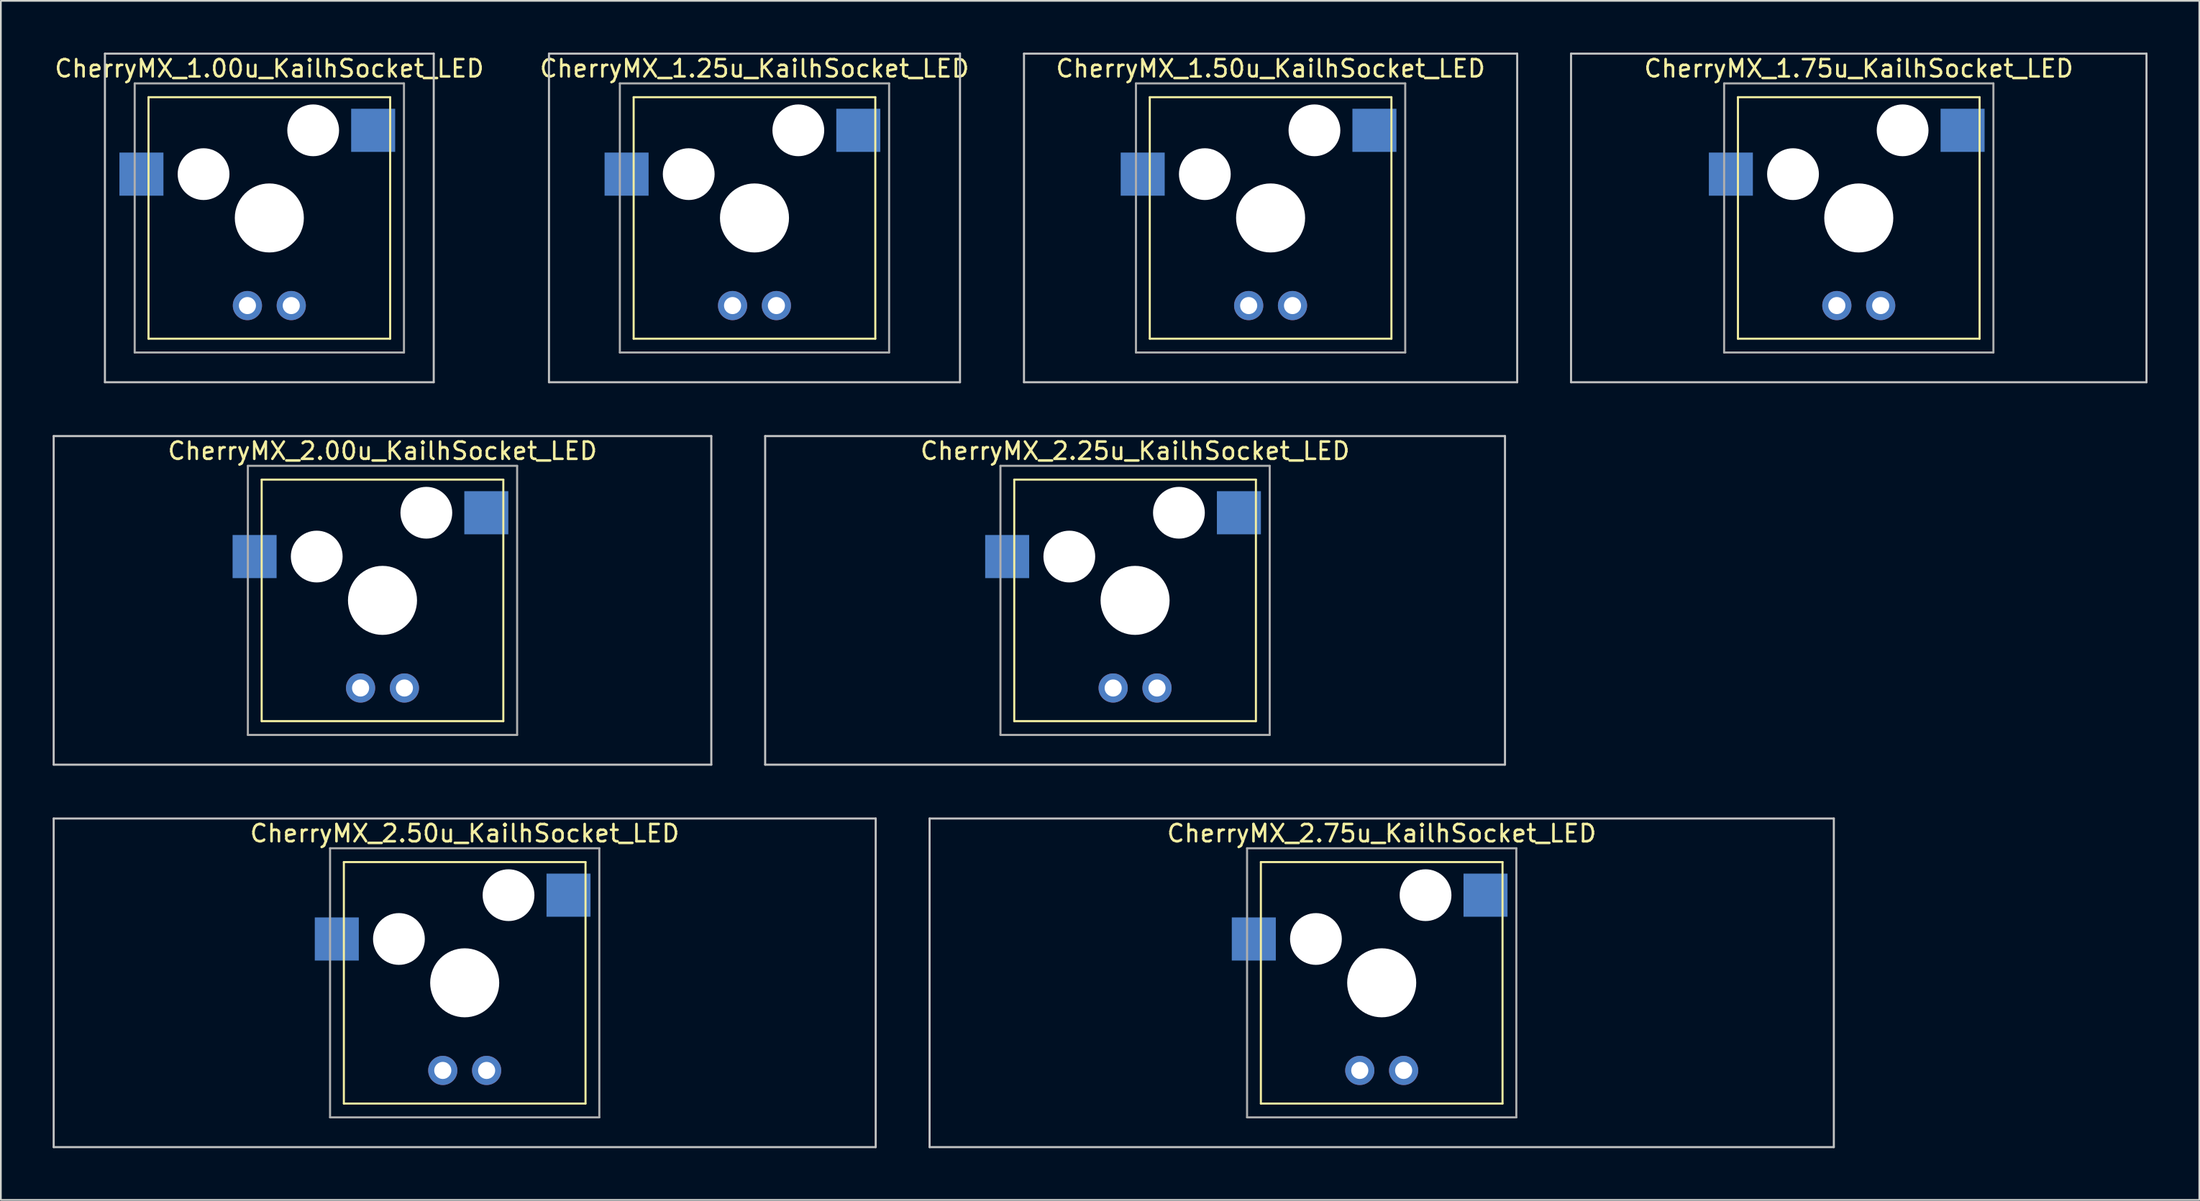
<source format=kicad_pcb>
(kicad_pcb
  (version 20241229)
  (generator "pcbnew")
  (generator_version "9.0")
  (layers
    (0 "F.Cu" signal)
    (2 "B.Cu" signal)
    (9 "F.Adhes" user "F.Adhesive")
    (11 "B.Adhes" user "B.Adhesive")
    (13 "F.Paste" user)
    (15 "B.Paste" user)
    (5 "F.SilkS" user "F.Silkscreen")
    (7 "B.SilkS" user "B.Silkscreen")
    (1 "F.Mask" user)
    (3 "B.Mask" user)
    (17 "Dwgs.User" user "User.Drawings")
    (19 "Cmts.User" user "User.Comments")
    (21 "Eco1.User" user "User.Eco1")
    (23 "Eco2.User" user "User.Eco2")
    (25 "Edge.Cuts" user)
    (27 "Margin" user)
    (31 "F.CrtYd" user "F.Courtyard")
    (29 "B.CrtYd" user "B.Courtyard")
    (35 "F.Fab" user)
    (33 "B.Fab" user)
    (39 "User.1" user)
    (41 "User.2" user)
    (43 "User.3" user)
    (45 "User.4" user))
  (footprint "CherryMX_2.25u_KailhSocket_LED"
    (layer "F.Cu")
    (at 62.711 31.755)
    (property "Reference" "CherryMX_2.25u_KailhSocket_LED" (at 0 -8.662 0) (layer "F.SilkS") (effects (font (size 1 1) (thickness 0.15))))
    (attr through_hole)
    (fp_line (start -7 -7) (end -7 7) (stroke (width 0.12) (type solid)) (layer "F.SilkS"))
    (fp_line (start -7 -7) (end 7 -7) (stroke (width 0.12) (type solid)) (layer "F.SilkS"))
    (fp_line (start 7 -7) (end 7 7) (stroke (width 0.12) (type solid)) (layer "F.SilkS"))
    (fp_line (start 7 7) (end -7 7) (stroke (width 0.12) (type solid)) (layer "F.SilkS"))
    (fp_line (start -21.431 -9.525) (end 21.431 -9.525) (stroke (width 0.12) (type solid)) (layer "Dwgs.User"))
    (fp_line (start -21.431 9.525) (end -21.431 -9.525) (stroke (width 0.12) (type solid)) (layer "Dwgs.User"))
    (fp_line (start 21.431 -9.525) (end 21.431 9.525) (stroke (width 0.12) (type solid)) (layer "Dwgs.User"))
    (fp_line (start 21.431 9.525) (end -21.431 9.525) (stroke (width 0.12) (type solid)) (layer "Dwgs.User"))
    (fp_line (start -7.8 -7.8) (end -7.8 7.8) (stroke (width 0.12) (type solid)) (layer "F.Fab"))
    (fp_line (start -7.8 -7.8) (end 7.8 -7.8) (stroke (width 0.12) (type solid)) (layer "F.Fab"))
    (fp_line (start -7.8 7.8) (end 7.8 7.8) (stroke (width 0.12) (type solid)) (layer "F.Fab"))
    (fp_line (start 7.8 -7.8) (end 7.8 7.8) (stroke (width 0.12) (type solid)) (layer "F.Fab"))
    (pad "" np_thru_hole circle (at -3.81 -2.54) (size 3 3) (drill 3) (layers "*.Cu" "*.Mask"))
    (pad "" np_thru_hole circle (at 0 0) (size 4 4) (drill 4) (layers "*.Cu" "*.Mask"))
    (pad "" np_thru_hole circle (at 2.54 -5.08) (size 3 3) (drill 3) (layers "*.Cu" "*.Mask"))
    (pad "1" smd rect (at -7.41 -2.54) (size 2.55 2.5) (layers "B.Cu" "B.Mask" "B.Paste"))
    (pad "2" smd rect (at 6.015 -5.08) (size 2.55 2.5) (layers "B.Cu" "B.Mask" "B.Paste"))
    (pad "3" thru_hole circle (at -1.27 5.08) (size 1.691 1.691) (drill 0.991) (layers "*.Cu" "*.Mask"))
    (pad "4" thru_hole circle (at 1.27 5.08) (size 1.691 1.691) (drill 0.991) (layers "*.Cu" "*.Mask")))
  (footprint "CherryMX_1.00u_KailhSocket_LED"
    (layer "F.Cu")
    (at 12.554 9.585)
    (property "Reference" "CherryMX_1.00u_KailhSocket_LED" (at 0 -8.662 0) (layer "F.SilkS") (effects (font (size 1 1) (thickness 0.15))))
    (attr through_hole)
    (fp_line (start -7 -7) (end -7 7) (stroke (width 0.12) (type solid)) (layer "F.SilkS"))
    (fp_line (start -7 -7) (end 7 -7) (stroke (width 0.12) (type solid)) (layer "F.SilkS"))
    (fp_line (start 7 -7) (end 7 7) (stroke (width 0.12) (type solid)) (layer "F.SilkS"))
    (fp_line (start 7 7) (end -7 7) (stroke (width 0.12) (type solid)) (layer "F.SilkS"))
    (fp_line (start -9.525 -9.525) (end 9.525 -9.525) (stroke (width 0.12) (type solid)) (layer "Dwgs.User"))
    (fp_line (start -9.525 9.525) (end -9.525 -9.525) (stroke (width 0.12) (type solid)) (layer "Dwgs.User"))
    (fp_line (start 9.525 -9.525) (end 9.525 9.525) (stroke (width 0.12) (type solid)) (layer "Dwgs.User"))
    (fp_line (start 9.525 9.525) (end -9.525 9.525) (stroke (width 0.12) (type solid)) (layer "Dwgs.User"))
    (fp_line (start -7.8 -7.8) (end -7.8 7.8) (stroke (width 0.12) (type solid)) (layer "F.Fab"))
    (fp_line (start -7.8 -7.8) (end 7.8 -7.8) (stroke (width 0.12) (type solid)) (layer "F.Fab"))
    (fp_line (start -7.8 7.8) (end 7.8 7.8) (stroke (width 0.12) (type solid)) (layer "F.Fab"))
    (fp_line (start 7.8 -7.8) (end 7.8 7.8) (stroke (width 0.12) (type solid)) (layer "F.Fab"))
    (pad "" np_thru_hole circle (at -3.81 -2.54) (size 3 3) (drill 3) (layers "*.Cu" "*.Mask"))
    (pad "" np_thru_hole circle (at 0 0) (size 4 4) (drill 4) (layers "*.Cu" "*.Mask"))
    (pad "" np_thru_hole circle (at 2.54 -5.08) (size 3 3) (drill 3) (layers "*.Cu" "*.Mask"))
    (pad "1" smd rect (at -7.41 -2.54) (size 2.55 2.5) (layers "B.Cu" "B.Mask" "B.Paste"))
    (pad "2" smd rect (at 6.015 -5.08) (size 2.55 2.5) (layers "B.Cu" "B.Mask" "B.Paste"))
    (pad "3" thru_hole circle (at -1.27 5.08) (size 1.691 1.691) (drill 0.991) (layers "*.Cu" "*.Mask"))
    (pad "4" thru_hole circle (at 1.27 5.08) (size 1.691 1.691) (drill 0.991) (layers "*.Cu" "*.Mask")))
  (footprint "CherryMX_1.75u_KailhSocket_LED"
    (layer "F.Cu")
    (at 104.638 9.585)
    (property "Reference" "CherryMX_1.75u_KailhSocket_LED" (at 0 -8.662 0) (layer "F.SilkS") (effects (font (size 1 1) (thickness 0.15))))
    (attr through_hole)
    (fp_line (start -7 -7) (end -7 7) (stroke (width 0.12) (type solid)) (layer "F.SilkS"))
    (fp_line (start -7 -7) (end 7 -7) (stroke (width 0.12) (type solid)) (layer "F.SilkS"))
    (fp_line (start 7 -7) (end 7 7) (stroke (width 0.12) (type solid)) (layer "F.SilkS"))
    (fp_line (start 7 7) (end -7 7) (stroke (width 0.12) (type solid)) (layer "F.SilkS"))
    (fp_line (start -16.669 -9.525) (end 16.669 -9.525) (stroke (width 0.12) (type solid)) (layer "Dwgs.User"))
    (fp_line (start -16.669 9.525) (end -16.669 -9.525) (stroke (width 0.12) (type solid)) (layer "Dwgs.User"))
    (fp_line (start 16.669 -9.525) (end 16.669 9.525) (stroke (width 0.12) (type solid)) (layer "Dwgs.User"))
    (fp_line (start 16.669 9.525) (end -16.669 9.525) (stroke (width 0.12) (type solid)) (layer "Dwgs.User"))
    (fp_line (start -7.8 -7.8) (end -7.8 7.8) (stroke (width 0.12) (type solid)) (layer "F.Fab"))
    (fp_line (start -7.8 -7.8) (end 7.8 -7.8) (stroke (width 0.12) (type solid)) (layer "F.Fab"))
    (fp_line (start -7.8 7.8) (end 7.8 7.8) (stroke (width 0.12) (type solid)) (layer "F.Fab"))
    (fp_line (start 7.8 -7.8) (end 7.8 7.8) (stroke (width 0.12) (type solid)) (layer "F.Fab"))
    (pad "" np_thru_hole circle (at -3.81 -2.54) (size 3 3) (drill 3) (layers "*.Cu" "*.Mask"))
    (pad "" np_thru_hole circle (at 0 0) (size 4 4) (drill 4) (layers "*.Cu" "*.Mask"))
    (pad "" np_thru_hole circle (at 2.54 -5.08) (size 3 3) (drill 3) (layers "*.Cu" "*.Mask"))
    (pad "1" smd rect (at -7.41 -2.54) (size 2.55 2.5) (layers "B.Cu" "B.Mask" "B.Paste"))
    (pad "2" smd rect (at 6.015 -5.08) (size 2.55 2.5) (layers "B.Cu" "B.Mask" "B.Paste"))
    (pad "3" thru_hole circle (at -1.27 5.08) (size 1.691 1.691) (drill 0.991) (layers "*.Cu" "*.Mask"))
    (pad "4" thru_hole circle (at 1.27 5.08) (size 1.691 1.691) (drill 0.991) (layers "*.Cu" "*.Mask")))
  (footprint "CherryMX_1.25u_KailhSocket_LED"
    (layer "F.Cu")
    (at 40.661 9.585)
    (property "Reference" "CherryMX_1.25u_KailhSocket_LED" (at 0 -8.662 0) (layer "F.SilkS") (effects (font (size 1 1) (thickness 0.15))))
    (attr through_hole)
    (fp_line (start -7 -7) (end -7 7) (stroke (width 0.12) (type solid)) (layer "F.SilkS"))
    (fp_line (start -7 -7) (end 7 -7) (stroke (width 0.12) (type solid)) (layer "F.SilkS"))
    (fp_line (start 7 -7) (end 7 7) (stroke (width 0.12) (type solid)) (layer "F.SilkS"))
    (fp_line (start 7 7) (end -7 7) (stroke (width 0.12) (type solid)) (layer "F.SilkS"))
    (fp_line (start -11.906 -9.525) (end 11.906 -9.525) (stroke (width 0.12) (type solid)) (layer "Dwgs.User"))
    (fp_line (start -11.906 9.525) (end -11.906 -9.525) (stroke (width 0.12) (type solid)) (layer "Dwgs.User"))
    (fp_line (start 11.906 -9.525) (end 11.906 9.525) (stroke (width 0.12) (type solid)) (layer "Dwgs.User"))
    (fp_line (start 11.906 9.525) (end -11.906 9.525) (stroke (width 0.12) (type solid)) (layer "Dwgs.User"))
    (fp_line (start -7.8 -7.8) (end -7.8 7.8) (stroke (width 0.12) (type solid)) (layer "F.Fab"))
    (fp_line (start -7.8 -7.8) (end 7.8 -7.8) (stroke (width 0.12) (type solid)) (layer "F.Fab"))
    (fp_line (start -7.8 7.8) (end 7.8 7.8) (stroke (width 0.12) (type solid)) (layer "F.Fab"))
    (fp_line (start 7.8 -7.8) (end 7.8 7.8) (stroke (width 0.12) (type solid)) (layer "F.Fab"))
    (pad "" np_thru_hole circle (at -3.81 -2.54) (size 3 3) (drill 3) (layers "*.Cu" "*.Mask"))
    (pad "" np_thru_hole circle (at 0 0) (size 4 4) (drill 4) (layers "*.Cu" "*.Mask"))
    (pad "" np_thru_hole circle (at 2.54 -5.08) (size 3 3) (drill 3) (layers "*.Cu" "*.Mask"))
    (pad "1" smd rect (at -7.41 -2.54) (size 2.55 2.5) (layers "B.Cu" "B.Mask" "B.Paste"))
    (pad "2" smd rect (at 6.015 -5.08) (size 2.55 2.5) (layers "B.Cu" "B.Mask" "B.Paste"))
    (pad "3" thru_hole circle (at -1.27 5.08) (size 1.691 1.691) (drill 0.991) (layers "*.Cu" "*.Mask"))
    (pad "4" thru_hole circle (at 1.27 5.08) (size 1.691 1.691) (drill 0.991) (layers "*.Cu" "*.Mask")))
  (footprint "CherryMX_1.50u_KailhSocket_LED"
    (layer "F.Cu")
    (at 70.562 9.585)
    (property "Reference" "CherryMX_1.50u_KailhSocket_LED" (at 0 -8.662 0) (layer "F.SilkS") (effects (font (size 1 1) (thickness 0.15))))
    (attr through_hole)
    (fp_line (start -7 -7) (end -7 7) (stroke (width 0.12) (type solid)) (layer "F.SilkS"))
    (fp_line (start -7 -7) (end 7 -7) (stroke (width 0.12) (type solid)) (layer "F.SilkS"))
    (fp_line (start 7 -7) (end 7 7) (stroke (width 0.12) (type solid)) (layer "F.SilkS"))
    (fp_line (start 7 7) (end -7 7) (stroke (width 0.12) (type solid)) (layer "F.SilkS"))
    (fp_line (start -14.287 -9.525) (end 14.287 -9.525) (stroke (width 0.12) (type solid)) (layer "Dwgs.User"))
    (fp_line (start -14.287 9.525) (end -14.287 -9.525) (stroke (width 0.12) (type solid)) (layer "Dwgs.User"))
    (fp_line (start 14.287 -9.525) (end 14.287 9.525) (stroke (width 0.12) (type solid)) (layer "Dwgs.User"))
    (fp_line (start 14.287 9.525) (end -14.287 9.525) (stroke (width 0.12) (type solid)) (layer "Dwgs.User"))
    (fp_line (start -7.8 -7.8) (end -7.8 7.8) (stroke (width 0.12) (type solid)) (layer "F.Fab"))
    (fp_line (start -7.8 -7.8) (end 7.8 -7.8) (stroke (width 0.12) (type solid)) (layer "F.Fab"))
    (fp_line (start -7.8 7.8) (end 7.8 7.8) (stroke (width 0.12) (type solid)) (layer "F.Fab"))
    (fp_line (start 7.8 -7.8) (end 7.8 7.8) (stroke (width 0.12) (type solid)) (layer "F.Fab"))
    (pad "" np_thru_hole circle (at -3.81 -2.54) (size 3 3) (drill 3) (layers "*.Cu" "*.Mask"))
    (pad "" np_thru_hole circle (at 0 0) (size 4 4) (drill 4) (layers "*.Cu" "*.Mask"))
    (pad "" np_thru_hole circle (at 2.54 -5.08) (size 3 3) (drill 3) (layers "*.Cu" "*.Mask"))
    (pad "1" smd rect (at -7.41 -2.54) (size 2.55 2.5) (layers "B.Cu" "B.Mask" "B.Paste"))
    (pad "2" smd rect (at 6.015 -5.08) (size 2.55 2.5) (layers "B.Cu" "B.Mask" "B.Paste"))
    (pad "3" thru_hole circle (at -1.27 5.08) (size 1.691 1.691) (drill 0.991) (layers "*.Cu" "*.Mask"))
    (pad "4" thru_hole circle (at 1.27 5.08) (size 1.691 1.691) (drill 0.991) (layers "*.Cu" "*.Mask")))
  (footprint "CherryMX_2.00u_KailhSocket_LED"
    (layer "F.Cu")
    (at 19.11 31.755)
    (property "Reference" "CherryMX_2.00u_KailhSocket_LED" (at 0 -8.662 0) (layer "F.SilkS") (effects (font (size 1 1) (thickness 0.15))))
    (attr through_hole)
    (fp_line (start -7 -7) (end -7 7) (stroke (width 0.12) (type solid)) (layer "F.SilkS"))
    (fp_line (start -7 -7) (end 7 -7) (stroke (width 0.12) (type solid)) (layer "F.SilkS"))
    (fp_line (start 7 -7) (end 7 7) (stroke (width 0.12) (type solid)) (layer "F.SilkS"))
    (fp_line (start 7 7) (end -7 7) (stroke (width 0.12) (type solid)) (layer "F.SilkS"))
    (fp_line (start -19.05 -9.525) (end 19.05 -9.525) (stroke (width 0.12) (type solid)) (layer "Dwgs.User"))
    (fp_line (start -19.05 9.525) (end -19.05 -9.525) (stroke (width 0.12) (type solid)) (layer "Dwgs.User"))
    (fp_line (start 19.05 -9.525) (end 19.05 9.525) (stroke (width 0.12) (type solid)) (layer "Dwgs.User"))
    (fp_line (start 19.05 9.525) (end -19.05 9.525) (stroke (width 0.12) (type solid)) (layer "Dwgs.User"))
    (fp_line (start -7.8 -7.8) (end -7.8 7.8) (stroke (width 0.12) (type solid)) (layer "F.Fab"))
    (fp_line (start -7.8 -7.8) (end 7.8 -7.8) (stroke (width 0.12) (type solid)) (layer "F.Fab"))
    (fp_line (start -7.8 7.8) (end 7.8 7.8) (stroke (width 0.12) (type solid)) (layer "F.Fab"))
    (fp_line (start 7.8 -7.8) (end 7.8 7.8) (stroke (width 0.12) (type solid)) (layer "F.Fab"))
    (pad "" np_thru_hole circle (at -3.81 -2.54) (size 3 3) (drill 3) (layers "*.Cu" "*.Mask"))
    (pad "" np_thru_hole circle (at 0 0) (size 4 4) (drill 4) (layers "*.Cu" "*.Mask"))
    (pad "" np_thru_hole circle (at 2.54 -5.08) (size 3 3) (drill 3) (layers "*.Cu" "*.Mask"))
    (pad "1" smd rect (at -7.41 -2.54) (size 2.55 2.5) (layers "B.Cu" "B.Mask" "B.Paste"))
    (pad "2" smd rect (at 6.015 -5.08) (size 2.55 2.5) (layers "B.Cu" "B.Mask" "B.Paste"))
    (pad "3" thru_hole circle (at -1.27 5.08) (size 1.691 1.691) (drill 0.991) (layers "*.Cu" "*.Mask"))
    (pad "4" thru_hole circle (at 1.27 5.08) (size 1.691 1.691) (drill 0.991) (layers "*.Cu" "*.Mask")))
  (footprint "CherryMX_2.75u_KailhSocket_LED"
    (layer "F.Cu")
    (at 76.999 53.925)
    (property "Reference" "CherryMX_2.75u_KailhSocket_LED" (at 0 -8.662 0) (layer "F.SilkS") (effects (font (size 1 1) (thickness 0.15))))
    (attr through_hole)
    (fp_line (start -7 -7) (end -7 7) (stroke (width 0.12) (type solid)) (layer "F.SilkS"))
    (fp_line (start -7 -7) (end 7 -7) (stroke (width 0.12) (type solid)) (layer "F.SilkS"))
    (fp_line (start 7 -7) (end 7 7) (stroke (width 0.12) (type solid)) (layer "F.SilkS"))
    (fp_line (start 7 7) (end -7 7) (stroke (width 0.12) (type solid)) (layer "F.SilkS"))
    (fp_line (start -26.194 -9.525) (end 26.194 -9.525) (stroke (width 0.12) (type solid)) (layer "Dwgs.User"))
    (fp_line (start -26.194 9.525) (end -26.194 -9.525) (stroke (width 0.12) (type solid)) (layer "Dwgs.User"))
    (fp_line (start 26.194 -9.525) (end 26.194 9.525) (stroke (width 0.12) (type solid)) (layer "Dwgs.User"))
    (fp_line (start 26.194 9.525) (end -26.194 9.525) (stroke (width 0.12) (type solid)) (layer "Dwgs.User"))
    (fp_line (start -7.8 -7.8) (end -7.8 7.8) (stroke (width 0.12) (type solid)) (layer "F.Fab"))
    (fp_line (start -7.8 -7.8) (end 7.8 -7.8) (stroke (width 0.12) (type solid)) (layer "F.Fab"))
    (fp_line (start -7.8 7.8) (end 7.8 7.8) (stroke (width 0.12) (type solid)) (layer "F.Fab"))
    (fp_line (start 7.8 -7.8) (end 7.8 7.8) (stroke (width 0.12) (type solid)) (layer "F.Fab"))
    (pad "" np_thru_hole circle (at -3.81 -2.54) (size 3 3) (drill 3) (layers "*.Cu" "*.Mask"))
    (pad "" np_thru_hole circle (at 0 0) (size 4 4) (drill 4) (layers "*.Cu" "*.Mask"))
    (pad "" np_thru_hole circle (at 2.54 -5.08) (size 3 3) (drill 3) (layers "*.Cu" "*.Mask"))
    (pad "1" smd rect (at -7.41 -2.54) (size 2.55 2.5) (layers "B.Cu" "B.Mask" "B.Paste"))
    (pad "2" smd rect (at 6.015 -5.08) (size 2.55 2.5) (layers "B.Cu" "B.Mask" "B.Paste"))
    (pad "3" thru_hole circle (at -1.27 5.08) (size 1.691 1.691) (drill 0.991) (layers "*.Cu" "*.Mask"))
    (pad "4" thru_hole circle (at 1.27 5.08) (size 1.691 1.691) (drill 0.991) (layers "*.Cu" "*.Mask")))
  (footprint "CherryMX_2.50u_KailhSocket_LED"
    (layer "F.Cu")
    (at 23.872 53.925)
    (property "Reference" "CherryMX_2.50u_KailhSocket_LED" (at 0 -8.662 0) (layer "F.SilkS") (effects (font (size 1 1) (thickness 0.15))))
    (attr through_hole)
    (fp_line (start -7 -7) (end -7 7) (stroke (width 0.12) (type solid)) (layer "F.SilkS"))
    (fp_line (start -7 -7) (end 7 -7) (stroke (width 0.12) (type solid)) (layer "F.SilkS"))
    (fp_line (start 7 -7) (end 7 7) (stroke (width 0.12) (type solid)) (layer "F.SilkS"))
    (fp_line (start 7 7) (end -7 7) (stroke (width 0.12) (type solid)) (layer "F.SilkS"))
    (fp_line (start -23.812 -9.525) (end 23.812 -9.525) (stroke (width 0.12) (type solid)) (layer "Dwgs.User"))
    (fp_line (start -23.812 9.525) (end -23.812 -9.525) (stroke (width 0.12) (type solid)) (layer "Dwgs.User"))
    (fp_line (start 23.812 -9.525) (end 23.812 9.525) (stroke (width 0.12) (type solid)) (layer "Dwgs.User"))
    (fp_line (start 23.812 9.525) (end -23.812 9.525) (stroke (width 0.12) (type solid)) (layer "Dwgs.User"))
    (fp_line (start -7.8 -7.8) (end -7.8 7.8) (stroke (width 0.12) (type solid)) (layer "F.Fab"))
    (fp_line (start -7.8 -7.8) (end 7.8 -7.8) (stroke (width 0.12) (type solid)) (layer "F.Fab"))
    (fp_line (start -7.8 7.8) (end 7.8 7.8) (stroke (width 0.12) (type solid)) (layer "F.Fab"))
    (fp_line (start 7.8 -7.8) (end 7.8 7.8) (stroke (width 0.12) (type solid)) (layer "F.Fab"))
    (pad "" np_thru_hole circle (at -3.81 -2.54) (size 3 3) (drill 3) (layers "*.Cu" "*.Mask"))
    (pad "" np_thru_hole circle (at 0 0) (size 4 4) (drill 4) (layers "*.Cu" "*.Mask"))
    (pad "" np_thru_hole circle (at 2.54 -5.08) (size 3 3) (drill 3) (layers "*.Cu" "*.Mask"))
    (pad "1" smd rect (at -7.41 -2.54) (size 2.55 2.5) (layers "B.Cu" "B.Mask" "B.Paste"))
    (pad "2" smd rect (at 6.015 -5.08) (size 2.55 2.5) (layers "B.Cu" "B.Mask" "B.Paste"))
    (pad "3" thru_hole circle (at -1.27 5.08) (size 1.691 1.691) (drill 0.991) (layers "*.Cu" "*.Mask"))
    (pad "4" thru_hole circle (at 1.27 5.08) (size 1.691 1.691) (drill 0.991) (layers "*.Cu" "*.Mask")))
  (gr_rect
    (start -3 -3)
    (end 124.367 66.51)
    (stroke (width 0.1) (type default))
    (fill no)
    (layer "Edge.Cuts")))
</source>
